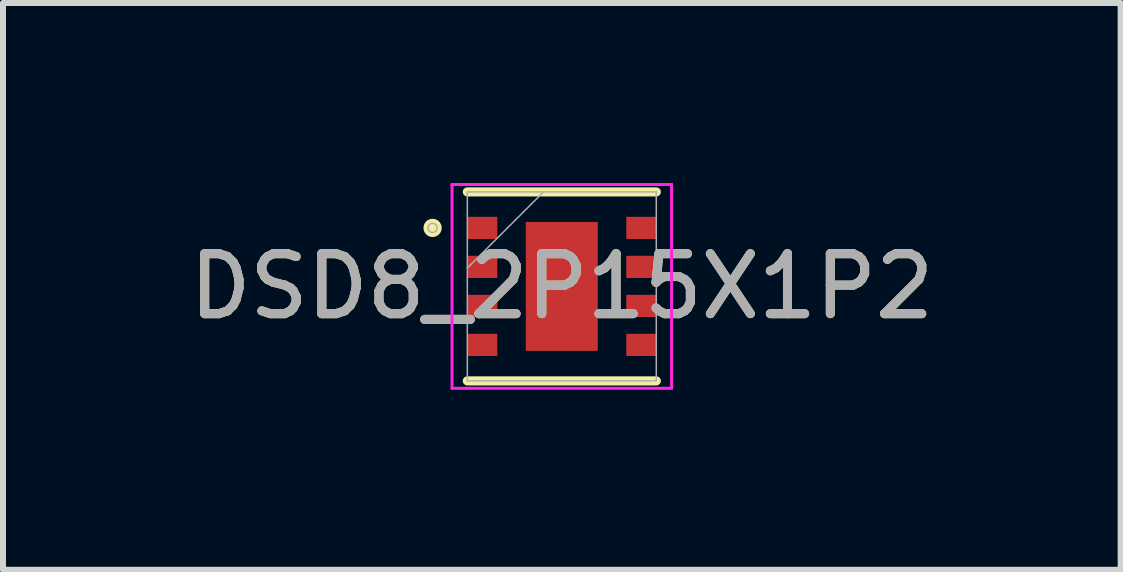
<source format=kicad_pcb>
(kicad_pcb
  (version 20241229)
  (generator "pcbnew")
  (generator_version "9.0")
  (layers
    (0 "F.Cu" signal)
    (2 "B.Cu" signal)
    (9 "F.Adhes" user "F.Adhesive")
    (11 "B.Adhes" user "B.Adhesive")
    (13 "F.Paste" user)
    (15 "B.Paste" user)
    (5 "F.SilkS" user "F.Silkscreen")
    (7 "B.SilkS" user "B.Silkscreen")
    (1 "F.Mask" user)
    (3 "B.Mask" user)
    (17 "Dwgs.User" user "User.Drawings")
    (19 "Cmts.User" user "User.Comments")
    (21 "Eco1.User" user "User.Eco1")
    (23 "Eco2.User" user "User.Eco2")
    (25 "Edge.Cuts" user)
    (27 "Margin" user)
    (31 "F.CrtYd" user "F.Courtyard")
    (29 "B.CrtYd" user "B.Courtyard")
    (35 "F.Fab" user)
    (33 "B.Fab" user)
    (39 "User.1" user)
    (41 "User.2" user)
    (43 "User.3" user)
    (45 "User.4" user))
  (footprint "DSD8_2P15X1P2"
    (layer "F.Cu")
    (at 6.315 1.724)
    (property "Reference" "DSD8_2P15X1P2" (at 0 0 0) (unlocked yes) (layer "F.SilkS") (effects (font (size 1 1) (thickness 0.15))))
    (attr smd)
    (fp_line (start -1.575 1.575) (end 1.575 1.575) (stroke (width 0.152) (type solid)) (layer "F.SilkS"))
    (fp_line (start 1.575 -1.575) (end -1.575 -1.575) (stroke (width 0.152) (type solid)) (layer "F.SilkS"))
    (fp_circle (center -2.154 -0.975) (end -2.078 -0.975) (stroke (width 0.152) (type solid)) (fill no) (layer "F.SilkS"))
    (fp_poly (pts (xy -0.6 -1.075) (xy -0.6 1.075) (xy 0.6 1.075) (xy 0.6 -1.075)) (stroke (width 0) (type solid)) (fill yes) (layer "F.Paste"))
    (fp_line (start -1.83 -1.699) (end 1.83 -1.699) (stroke (width 0.05) (type solid)) (layer "F.CrtYd"))
    (fp_line (start -1.83 1.699) (end -1.83 -1.699) (stroke (width 0.05) (type solid)) (layer "F.CrtYd"))
    (fp_line (start 1.83 -1.699) (end 1.83 1.699) (stroke (width 0.05) (type solid)) (layer "F.CrtYd"))
    (fp_line (start 1.83 1.699) (end -1.83 1.699) (stroke (width 0.05) (type solid)) (layer "F.CrtYd"))
    (fp_line (start -1.575 -1.575) (end -1.575 1.575) (stroke (width 0.025) (type solid)) (layer "F.Fab"))
    (fp_line (start -1.575 -0.305) (end -0.305 -1.575) (stroke (width 0.025) (type solid)) (layer "F.Fab"))
    (fp_line (start -1.575 1.575) (end 1.575 1.575) (stroke (width 0.025) (type solid)) (layer "F.Fab"))
    (fp_line (start 1.575 -1.575) (end -1.575 -1.575) (stroke (width 0.025) (type solid)) (layer "F.Fab"))
    (fp_line (start 1.575 1.575) (end 1.575 -1.575) (stroke (width 0.025) (type solid)) (layer "F.Fab"))
    (fp_circle (center -2.154 -0.975) (end -2.078 -0.975) (stroke (width 0.025) (type solid)) (fill no) (layer "F.Fab"))
    (fp_text user "${REFERENCE}" (at 0 0 0) (unlocked yes) (layer "F.Fab") (effects (font (size 1 1) (thickness 0.15))))
    (pad "1" smd rect (at -1.325 -0.975) (size 0.5 0.37) (layers "F.Cu" "F.Mask" "F.Paste"))
    (pad "2" smd rect (at -1.325 -0.325) (size 0.5 0.37) (layers "F.Cu" "F.Mask" "F.Paste"))
    (pad "3" smd rect (at -1.325 0.325) (size 0.5 0.37) (layers "F.Cu" "F.Mask" "F.Paste"))
    (pad "4" smd rect (at -1.325 0.975) (size 0.5 0.37) (layers "F.Cu" "F.Mask" "F.Paste"))
    (pad "5" smd rect (at 1.325 0.975) (size 0.5 0.37) (layers "F.Cu" "F.Mask" "F.Paste"))
    (pad "6" smd rect (at 1.325 0.325) (size 0.5 0.37) (layers "F.Cu" "F.Mask" "F.Paste"))
    (pad "7" smd rect (at 1.325 -0.325) (size 0.5 0.37) (layers "F.Cu" "F.Mask" "F.Paste"))
    (pad "8" smd rect (at 1.325 -0.975) (size 0.5 0.37) (layers "F.Cu" "F.Mask" "F.Paste"))
    (pad "9" smd rect (at 0 0) (size 1.2 2.15) (layers "F.Cu" "F.Mask")))
  (gr_rect
    (start -3 -3)
    (end 15.631 6.448)
    (stroke (width 0.1) (type default))
    (fill no)
    (layer "Edge.Cuts")))
</source>
